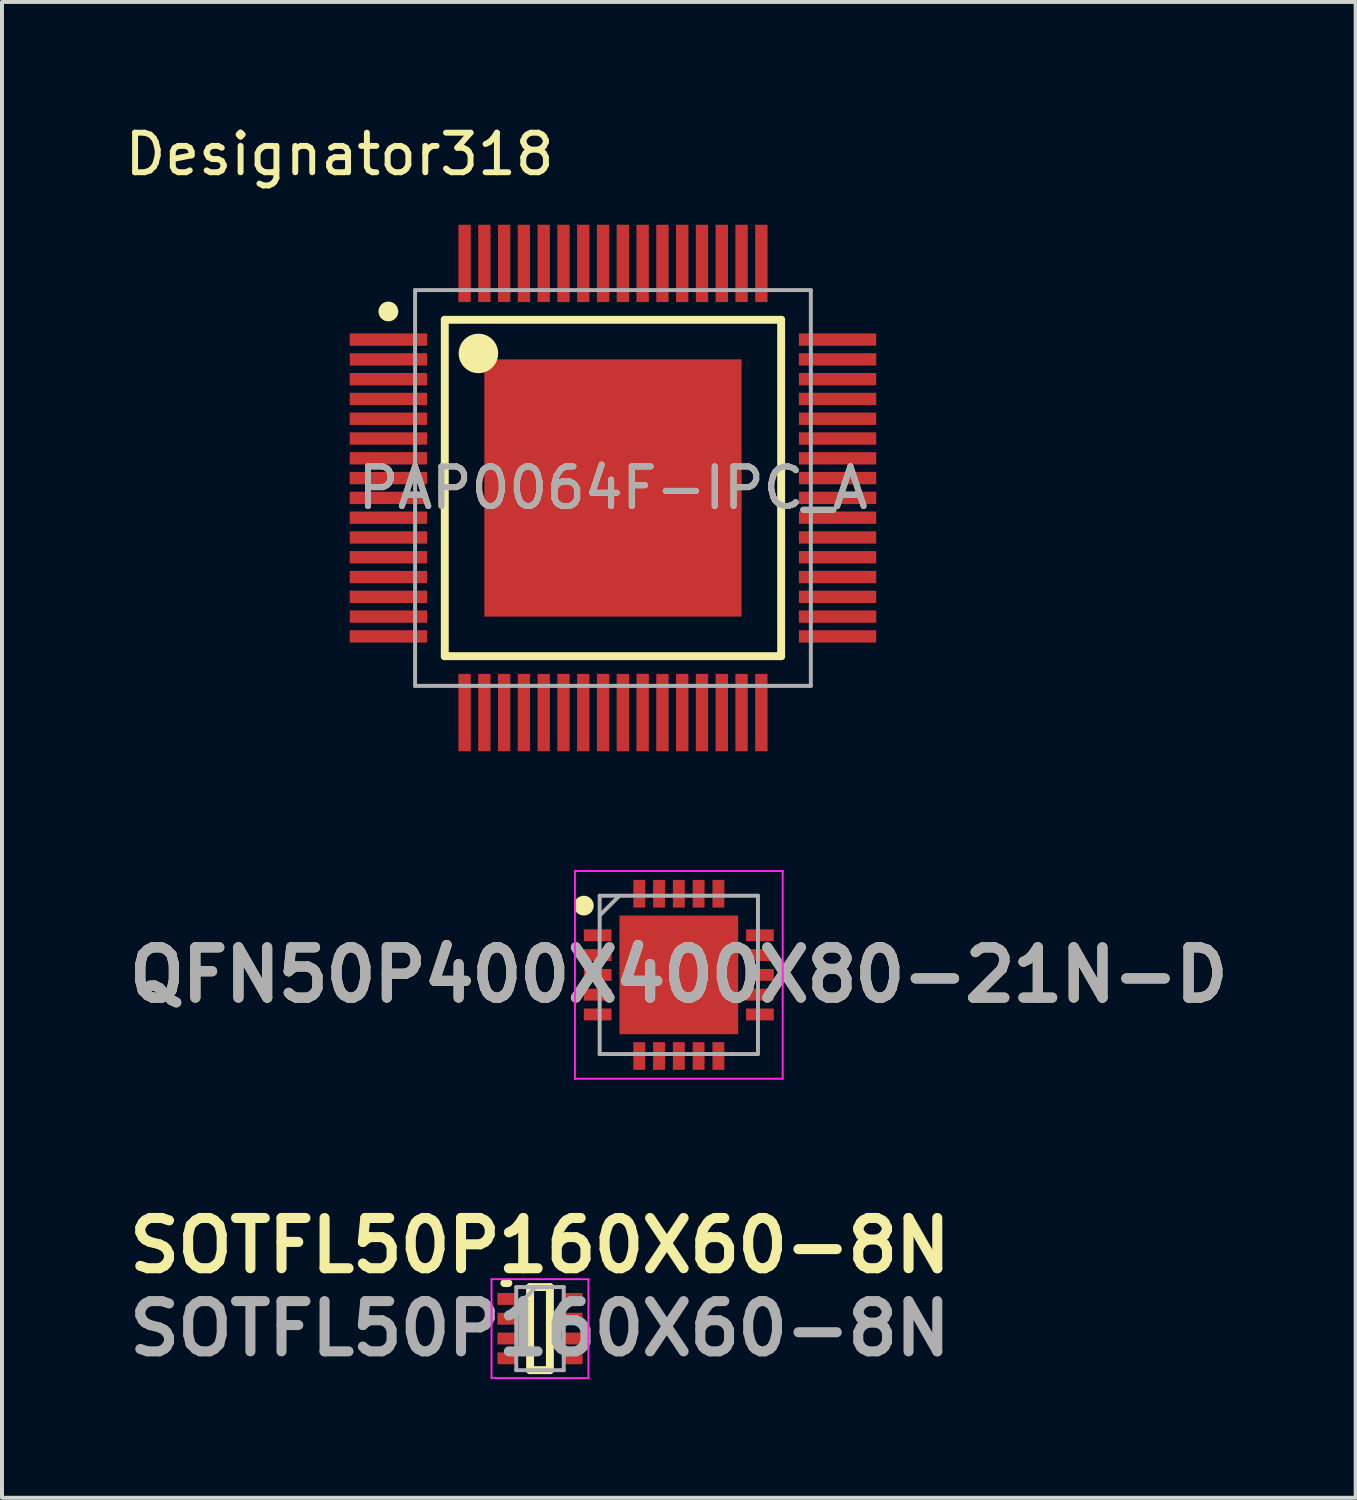
<source format=kicad_pcb>
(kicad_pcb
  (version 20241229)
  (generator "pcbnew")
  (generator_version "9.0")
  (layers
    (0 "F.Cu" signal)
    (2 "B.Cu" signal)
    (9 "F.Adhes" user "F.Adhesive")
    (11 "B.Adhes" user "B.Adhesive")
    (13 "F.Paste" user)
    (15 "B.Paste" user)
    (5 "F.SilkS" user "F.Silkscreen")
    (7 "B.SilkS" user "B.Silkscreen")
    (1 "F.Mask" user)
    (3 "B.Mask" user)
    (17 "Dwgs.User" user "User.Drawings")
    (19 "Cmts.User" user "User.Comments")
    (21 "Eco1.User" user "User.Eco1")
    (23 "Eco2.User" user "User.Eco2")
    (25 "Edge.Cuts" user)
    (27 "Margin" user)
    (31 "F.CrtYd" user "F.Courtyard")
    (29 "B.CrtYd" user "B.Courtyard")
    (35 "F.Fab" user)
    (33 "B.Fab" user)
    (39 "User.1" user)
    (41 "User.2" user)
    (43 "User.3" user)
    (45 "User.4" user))
  (footprint "QFN50P400X400X80-21N-D"
    (layer "F.Cu")
    (at 14.103 21.584)
    (property "Reference" "QFN50P400X400X80-21N-D" (at 0 0 0) (layer "F.SilkS") (effects (font (size 1.27 1.27) (thickness 0.254))))
    (attr smd)
    (fp_circle (center -2.4 -1.75) (end -2.4 -1.625) (stroke (width 0.25) (type solid)) (fill no) (layer "F.SilkS"))
    (fp_line (start -2.625 -2.625) (end 2.625 -2.625) (stroke (width 0.05) (type solid)) (layer "F.CrtYd"))
    (fp_line (start -2.625 2.625) (end -2.625 -2.625) (stroke (width 0.05) (type solid)) (layer "F.CrtYd"))
    (fp_line (start 2.625 -2.625) (end 2.625 2.625) (stroke (width 0.05) (type solid)) (layer "F.CrtYd"))
    (fp_line (start 2.625 2.625) (end -2.625 2.625) (stroke (width 0.05) (type solid)) (layer "F.CrtYd"))
    (fp_line (start -2 -2) (end 2 -2) (stroke (width 0.1) (type solid)) (layer "F.Fab"))
    (fp_line (start -2 -1.5) (end -1.5 -2) (stroke (width 0.1) (type solid)) (layer "F.Fab"))
    (fp_line (start -2 2) (end -2 -2) (stroke (width 0.1) (type solid)) (layer "F.Fab"))
    (fp_line (start 2 -2) (end 2 2) (stroke (width 0.1) (type solid)) (layer "F.Fab"))
    (fp_line (start 2 2) (end -2 2) (stroke (width 0.1) (type solid)) (layer "F.Fab"))
    (fp_text user "${REFERENCE}" (at 0 0 0) (layer "F.Fab") (effects (font (size 1.27 1.27) (thickness 0.254))))
    (pad "1" smd rect (at -2.05 -1 90) (size 0.3 0.7) (layers "F.Cu" "F.Mask" "F.Paste"))
    (pad "2" smd rect (at -2.05 -0.5 90) (size 0.3 0.7) (layers "F.Cu" "F.Mask" "F.Paste"))
    (pad "3" smd rect (at -2.05 0 90) (size 0.3 0.7) (layers "F.Cu" "F.Mask" "F.Paste"))
    (pad "4" smd rect (at -2.05 0.5 90) (size 0.3 0.7) (layers "F.Cu" "F.Mask" "F.Paste"))
    (pad "5" smd rect (at -2.05 1 90) (size 0.3 0.7) (layers "F.Cu" "F.Mask" "F.Paste"))
    (pad "6" smd rect (at -1 2.05) (size 0.3 0.7) (layers "F.Cu" "F.Mask" "F.Paste"))
    (pad "7" smd rect (at -0.5 2.05) (size 0.3 0.7) (layers "F.Cu" "F.Mask" "F.Paste"))
    (pad "8" smd rect (at 0 2.05) (size 0.3 0.7) (layers "F.Cu" "F.Mask" "F.Paste"))
    (pad "9" smd rect (at 0.5 2.05) (size 0.3 0.7) (layers "F.Cu" "F.Mask" "F.Paste"))
    (pad "10" smd rect (at 1 2.05) (size 0.3 0.7) (layers "F.Cu" "F.Mask" "F.Paste"))
    (pad "11" smd rect (at 2.05 1 90) (size 0.3 0.7) (layers "F.Cu" "F.Mask" "F.Paste"))
    (pad "12" smd rect (at 2.05 0.5 90) (size 0.3 0.7) (layers "F.Cu" "F.Mask" "F.Paste"))
    (pad "13" smd rect (at 2.05 0 90) (size 0.3 0.7) (layers "F.Cu" "F.Mask" "F.Paste"))
    (pad "14" smd rect (at 2.05 -0.5 90) (size 0.3 0.7) (layers "F.Cu" "F.Mask" "F.Paste"))
    (pad "15" smd rect (at 2.05 -1 90) (size 0.3 0.7) (layers "F.Cu" "F.Mask" "F.Paste"))
    (pad "16" smd rect (at 1 -2.05) (size 0.3 0.7) (layers "F.Cu" "F.Mask" "F.Paste"))
    (pad "17" smd rect (at 0.5 -2.05) (size 0.3 0.7) (layers "F.Cu" "F.Mask" "F.Paste"))
    (pad "18" smd rect (at 0 -2.05) (size 0.3 0.7) (layers "F.Cu" "F.Mask" "F.Paste"))
    (pad "19" smd rect (at -0.5 -2.05) (size 0.3 0.7) (layers "F.Cu" "F.Mask" "F.Paste"))
    (pad "20" smd rect (at -1 -2.05) (size 0.3 0.7) (layers "F.Cu" "F.Mask" "F.Paste"))
    (pad "TP" smd rect (at 0 0) (size 3 3) (layers "F.Cu" "F.Mask" "F.Paste")))
  (footprint "SOTFL50P160X60-8N"
    (layer "F.Cu")
    (at 10.595 30.523)
    (property "Reference" "SOTFL50P160X60-8N" (at 0 -2.1 0) (layer "F.SilkS") (effects (font (size 1.27 1.27) (thickness 0.254))))
    (attr smd)
    (fp_line (start -0.8 -1.15) (end -0.9 -1.15) (stroke (width 0.2) (type solid)) (layer "F.SilkS"))
    (fp_line (start -0.25 -1.05) (end 0.25 -1.05) (stroke (width 0.2) (type solid)) (layer "F.SilkS"))
    (fp_line (start -0.25 1.05) (end -0.25 -1.05) (stroke (width 0.2) (type solid)) (layer "F.SilkS"))
    (fp_line (start 0.25 -1.05) (end 0.25 1.05) (stroke (width 0.2) (type solid)) (layer "F.SilkS"))
    (fp_line (start 0.25 1.05) (end -0.25 1.05) (stroke (width 0.2) (type solid)) (layer "F.SilkS"))
    (fp_line (start -1.225 -1.25) (end 1.225 -1.25) (stroke (width 0.05) (type solid)) (layer "F.CrtYd"))
    (fp_line (start -1.225 1.25) (end -1.225 -1.25) (stroke (width 0.05) (type solid)) (layer "F.CrtYd"))
    (fp_line (start 1.225 -1.25) (end 1.225 1.25) (stroke (width 0.05) (type solid)) (layer "F.CrtYd"))
    (fp_line (start 1.225 1.25) (end -1.225 1.25) (stroke (width 0.05) (type solid)) (layer "F.CrtYd"))
    (fp_line (start -0.6 -1.05) (end 0.6 -1.05) (stroke (width 0.1) (type solid)) (layer "F.Fab"))
    (fp_line (start -0.6 -0.55) (end -0.1 -1.05) (stroke (width 0.1) (type solid)) (layer "F.Fab"))
    (fp_line (start -0.6 1.05) (end -0.6 -1.05) (stroke (width 0.1) (type solid)) (layer "F.Fab"))
    (fp_line (start 0.6 -1.05) (end 0.6 1.05) (stroke (width 0.1) (type solid)) (layer "F.Fab"))
    (fp_line (start 0.6 1.05) (end -0.6 1.05) (stroke (width 0.1) (type solid)) (layer "F.Fab"))
    (fp_text user "${REFERENCE}" (at 0 0 0) (layer "F.Fab") (effects (font (size 1.27 1.27) (thickness 0.254))))
    (pad "1" smd rect (at -0.838 -0.75 90) (size 0.3 0.475) (layers "F.Cu" "F.Mask" "F.Paste"))
    (pad "2" smd rect (at -0.838 -0.25 90) (size 0.3 0.475) (layers "F.Cu" "F.Mask" "F.Paste"))
    (pad "3" smd rect (at -0.838 0.25 90) (size 0.3 0.475) (layers "F.Cu" "F.Mask" "F.Paste"))
    (pad "4" smd rect (at -0.838 0.75 90) (size 0.3 0.475) (layers "F.Cu" "F.Mask" "F.Paste"))
    (pad "5" smd rect (at 0.838 0.75 90) (size 0.3 0.475) (layers "F.Cu" "F.Mask" "F.Paste"))
    (pad "6" smd rect (at 0.838 0.25 90) (size 0.3 0.475) (layers "F.Cu" "F.Mask" "F.Paste"))
    (pad "7" smd rect (at 0.838 -0.25 90) (size 0.3 0.475) (layers "F.Cu" "F.Mask" "F.Paste"))
    (pad "8" smd rect (at 0.838 -0.75 90) (size 0.3 0.475) (layers "F.Cu" "F.Mask" "F.Paste")))
  (footprint "PAP0064F-IPC_A"
    (layer "F.Cu")
    (at 12.439 9.281)
    (property "Reference" "PAP0064F-IPC_A" (at 0 0 0) (unlocked yes) (layer "F.SilkS") (effects (font (size 1 1) (thickness 0.15))))
    (attr smd)
    (fp_line (start -4.25 -4.25) (end 4.25 -4.25) (stroke (width 0.2) (type solid)) (layer "F.SilkS"))
    (fp_line (start -4.25 4.25) (end -4.25 -4.25) (stroke (width 0.2) (type solid)) (layer "F.SilkS"))
    (fp_line (start -4.25 4.25) (end 4.25 4.25) (stroke (width 0.2) (type solid)) (layer "F.SilkS"))
    (fp_line (start 4.25 4.25) (end 4.25 -4.25) (stroke (width 0.2) (type solid)) (layer "F.SilkS"))
    (fp_circle (center -5.675 -4.46) (end -5.55 -4.46) (stroke (width 0.25) (type solid)) (fill no) (layer "F.SilkS"))
    (fp_circle (center -3.4 -3.4) (end -3.15 -3.4) (stroke (width 0.5) (type solid)) (fill no) (layer "F.SilkS"))
    (fp_poly (pts (xy -2.454 -0.398) (xy -0.398 -0.398) (xy -0.398 -2.454) (xy -2.454 -2.454)) (stroke (width 0) (type solid)) (fill yes) (layer "F.Paste"))
    (fp_poly (pts (xy -2.454 2.454) (xy -0.398 2.454) (xy -0.398 0.398) (xy -2.454 0.398)) (stroke (width 0) (type solid)) (fill yes) (layer "F.Paste"))
    (fp_poly (pts (xy 0.398 -0.398) (xy 2.454 -0.398) (xy 2.454 -2.454) (xy 0.398 -2.454)) (stroke (width 0) (type solid)) (fill yes) (layer "F.Paste"))
    (fp_poly (pts (xy 0.398 2.454) (xy 2.454 2.454) (xy 2.454 0.398) (xy 0.398 0.398)) (stroke (width 0) (type solid)) (fill yes) (layer "F.Paste"))
    (fp_line (start -5 -5) (end 5 -5) (stroke (width 0.1) (type solid)) (layer "F.Fab"))
    (fp_line (start -5 5) (end -5 -5) (stroke (width 0.1) (type solid)) (layer "F.Fab"))
    (fp_line (start -5 5) (end 5 5) (stroke (width 0.1) (type solid)) (layer "F.Fab"))
    (fp_line (start 5 5) (end 5 -5) (stroke (width 0.1) (type solid)) (layer "F.Fab"))
    (fp_text user "Designator318" (at -6.909 -8.433 0) (unlocked yes) (layer "F.SilkS") (effects (font (size 1 1) (thickness 0.15))))
    (fp_text user "${REFERENCE}" (at 0 0 0) (unlocked yes) (layer "F.Fab") (effects (font (size 1 1) (thickness 0.15))))
    (pad "1" smd rect (at -5.675 -3.75 90) (size 0.312 1.955) (layers "F.Cu" "F.Mask" "F.Paste"))
    (pad "2" smd rect (at -5.675 -3.25 90) (size 0.312 1.955) (layers "F.Cu" "F.Mask" "F.Paste"))
    (pad "3" smd rect (at -5.675 -2.75 90) (size 0.312 1.955) (layers "F.Cu" "F.Mask" "F.Paste"))
    (pad "4" smd rect (at -5.675 -2.25 90) (size 0.312 1.955) (layers "F.Cu" "F.Mask" "F.Paste"))
    (pad "5" smd rect (at -5.675 -1.75 90) (size 0.312 1.955) (layers "F.Cu" "F.Mask" "F.Paste"))
    (pad "6" smd rect (at -5.675 -1.25 90) (size 0.312 1.955) (layers "F.Cu" "F.Mask" "F.Paste"))
    (pad "7" smd rect (at -5.675 -0.75 90) (size 0.312 1.955) (layers "F.Cu" "F.Mask" "F.Paste"))
    (pad "8" smd rect (at -5.675 -0.25 90) (size 0.312 1.955) (layers "F.Cu" "F.Mask" "F.Paste"))
    (pad "9" smd rect (at -5.675 0.25 90) (size 0.312 1.955) (layers "F.Cu" "F.Mask" "F.Paste"))
    (pad "10" smd rect (at -5.675 0.75 90) (size 0.312 1.955) (layers "F.Cu" "F.Mask" "F.Paste"))
    (pad "11" smd rect (at -5.675 1.25 90) (size 0.312 1.955) (layers "F.Cu" "F.Mask" "F.Paste"))
    (pad "12" smd rect (at -5.675 1.75 90) (size 0.312 1.955) (layers "F.Cu" "F.Mask" "F.Paste"))
    (pad "13" smd rect (at -5.675 2.25 90) (size 0.312 1.955) (layers "F.Cu" "F.Mask" "F.Paste"))
    (pad "14" smd rect (at -5.675 2.75 90) (size 0.312 1.955) (layers "F.Cu" "F.Mask" "F.Paste"))
    (pad "15" smd rect (at -5.675 3.25 90) (size 0.312 1.955) (layers "F.Cu" "F.Mask" "F.Paste"))
    (pad "16" smd rect (at -5.675 3.75 90) (size 0.312 1.955) (layers "F.Cu" "F.Mask" "F.Paste"))
    (pad "17" smd rect (at -3.75 5.675) (size 0.312 1.955) (layers "F.Cu" "F.Mask" "F.Paste"))
    (pad "18" smd rect (at -3.25 5.675) (size 0.312 1.955) (layers "F.Cu" "F.Mask" "F.Paste"))
    (pad "19" smd rect (at -2.75 5.675) (size 0.312 1.955) (layers "F.Cu" "F.Mask" "F.Paste"))
    (pad "20" smd rect (at -2.25 5.675) (size 0.312 1.955) (layers "F.Cu" "F.Mask" "F.Paste"))
    (pad "21" smd rect (at -1.75 5.675) (size 0.312 1.955) (layers "F.Cu" "F.Mask" "F.Paste"))
    (pad "22" smd rect (at -1.25 5.675) (size 0.312 1.955) (layers "F.Cu" "F.Mask" "F.Paste"))
    (pad "23" smd rect (at -0.75 5.675) (size 0.312 1.955) (layers "F.Cu" "F.Mask" "F.Paste"))
    (pad "24" smd rect (at -0.25 5.675) (size 0.312 1.955) (layers "F.Cu" "F.Mask" "F.Paste"))
    (pad "25" smd rect (at 0.25 5.675) (size 0.312 1.955) (layers "F.Cu" "F.Mask" "F.Paste"))
    (pad "26" smd rect (at 0.75 5.675) (size 0.312 1.955) (layers "F.Cu" "F.Mask" "F.Paste"))
    (pad "27" smd rect (at 1.25 5.675) (size 0.312 1.955) (layers "F.Cu" "F.Mask" "F.Paste"))
    (pad "28" smd rect (at 1.75 5.675) (size 0.312 1.955) (layers "F.Cu" "F.Mask" "F.Paste"))
    (pad "29" smd rect (at 2.25 5.675) (size 0.312 1.955) (layers "F.Cu" "F.Mask" "F.Paste"))
    (pad "30" smd rect (at 2.75 5.675) (size 0.312 1.955) (layers "F.Cu" "F.Mask" "F.Paste"))
    (pad "31" smd rect (at 3.25 5.675) (size 0.312 1.955) (layers "F.Cu" "F.Mask" "F.Paste"))
    (pad "32" smd rect (at 3.75 5.675) (size 0.312 1.955) (layers "F.Cu" "F.Mask" "F.Paste"))
    (pad "33" smd rect (at 5.675 3.75 90) (size 0.312 1.955) (layers "F.Cu" "F.Mask" "F.Paste"))
    (pad "34" smd rect (at 5.675 3.25 90) (size 0.312 1.955) (layers "F.Cu" "F.Mask" "F.Paste"))
    (pad "35" smd rect (at 5.675 2.75 90) (size 0.312 1.955) (layers "F.Cu" "F.Mask" "F.Paste"))
    (pad "36" smd rect (at 5.675 2.25 90) (size 0.312 1.955) (layers "F.Cu" "F.Mask" "F.Paste"))
    (pad "37" smd rect (at 5.675 1.75 90) (size 0.312 1.955) (layers "F.Cu" "F.Mask" "F.Paste"))
    (pad "38" smd rect (at 5.675 1.25 90) (size 0.312 1.955) (layers "F.Cu" "F.Mask" "F.Paste"))
    (pad "39" smd rect (at 5.675 0.75 90) (size 0.312 1.955) (layers "F.Cu" "F.Mask" "F.Paste"))
    (pad "40" smd rect (at 5.675 0.25 90) (size 0.312 1.955) (layers "F.Cu" "F.Mask" "F.Paste"))
    (pad "41" smd rect (at 5.675 -0.25 90) (size 0.312 1.955) (layers "F.Cu" "F.Mask" "F.Paste"))
    (pad "42" smd rect (at 5.675 -0.75 90) (size 0.312 1.955) (layers "F.Cu" "F.Mask" "F.Paste"))
    (pad "43" smd rect (at 5.675 -1.25 90) (size 0.312 1.955) (layers "F.Cu" "F.Mask" "F.Paste"))
    (pad "44" smd rect (at 5.675 -1.75 90) (size 0.312 1.955) (layers "F.Cu" "F.Mask" "F.Paste"))
    (pad "45" smd rect (at 5.675 -2.25 90) (size 0.312 1.955) (layers "F.Cu" "F.Mask" "F.Paste"))
    (pad "46" smd rect (at 5.675 -2.75 90) (size 0.312 1.955) (layers "F.Cu" "F.Mask" "F.Paste"))
    (pad "47" smd rect (at 5.675 -3.25 90) (size 0.312 1.955) (layers "F.Cu" "F.Mask" "F.Paste"))
    (pad "48" smd rect (at 5.675 -3.75 90) (size 0.312 1.955) (layers "F.Cu" "F.Mask" "F.Paste"))
    (pad "49" smd rect (at 3.75 -5.675) (size 0.312 1.955) (layers "F.Cu" "F.Mask" "F.Paste"))
    (pad "50" smd rect (at 3.25 -5.675) (size 0.312 1.955) (layers "F.Cu" "F.Mask" "F.Paste"))
    (pad "51" smd rect (at 2.75 -5.675) (size 0.312 1.955) (layers "F.Cu" "F.Mask" "F.Paste"))
    (pad "52" smd rect (at 2.25 -5.675) (size 0.312 1.955) (layers "F.Cu" "F.Mask" "F.Paste"))
    (pad "53" smd rect (at 1.75 -5.675) (size 0.312 1.955) (layers "F.Cu" "F.Mask" "F.Paste"))
    (pad "54" smd rect (at 1.25 -5.675) (size 0.312 1.955) (layers "F.Cu" "F.Mask" "F.Paste"))
    (pad "55" smd rect (at 0.75 -5.675) (size 0.312 1.955) (layers "F.Cu" "F.Mask" "F.Paste"))
    (pad "56" smd rect (at 0.25 -5.675) (size 0.312 1.955) (layers "F.Cu" "F.Mask" "F.Paste"))
    (pad "57" smd rect (at -0.25 -5.675) (size 0.312 1.955) (layers "F.Cu" "F.Mask" "F.Paste"))
    (pad "58" smd rect (at -0.75 -5.675) (size 0.312 1.955) (layers "F.Cu" "F.Mask" "F.Paste"))
    (pad "59" smd rect (at -1.25 -5.675) (size 0.312 1.955) (layers "F.Cu" "F.Mask" "F.Paste"))
    (pad "60" smd rect (at -1.75 -5.675) (size 0.312 1.955) (layers "F.Cu" "F.Mask" "F.Paste"))
    (pad "61" smd rect (at -2.25 -5.675) (size 0.312 1.955) (layers "F.Cu" "F.Mask" "F.Paste"))
    (pad "62" smd rect (at -2.75 -5.675) (size 0.312 1.955) (layers "F.Cu" "F.Mask" "F.Paste"))
    (pad "63" smd rect (at -3.25 -5.675) (size 0.312 1.955) (layers "F.Cu" "F.Mask" "F.Paste"))
    (pad "64" smd rect (at -3.75 -5.675) (size 0.312 1.955) (layers "F.Cu" "F.Mask" "F.Paste"))
    (pad "65" smd rect (at 0 0) (size 6.5 6.5) (layers "F.Cu" "F.Mask")))
  (gr_rect
    (start -3 -3)
    (end 31.206 34.798)
    (stroke (width 0.1) (type default))
    (fill no)
    (layer "Edge.Cuts")))
</source>
